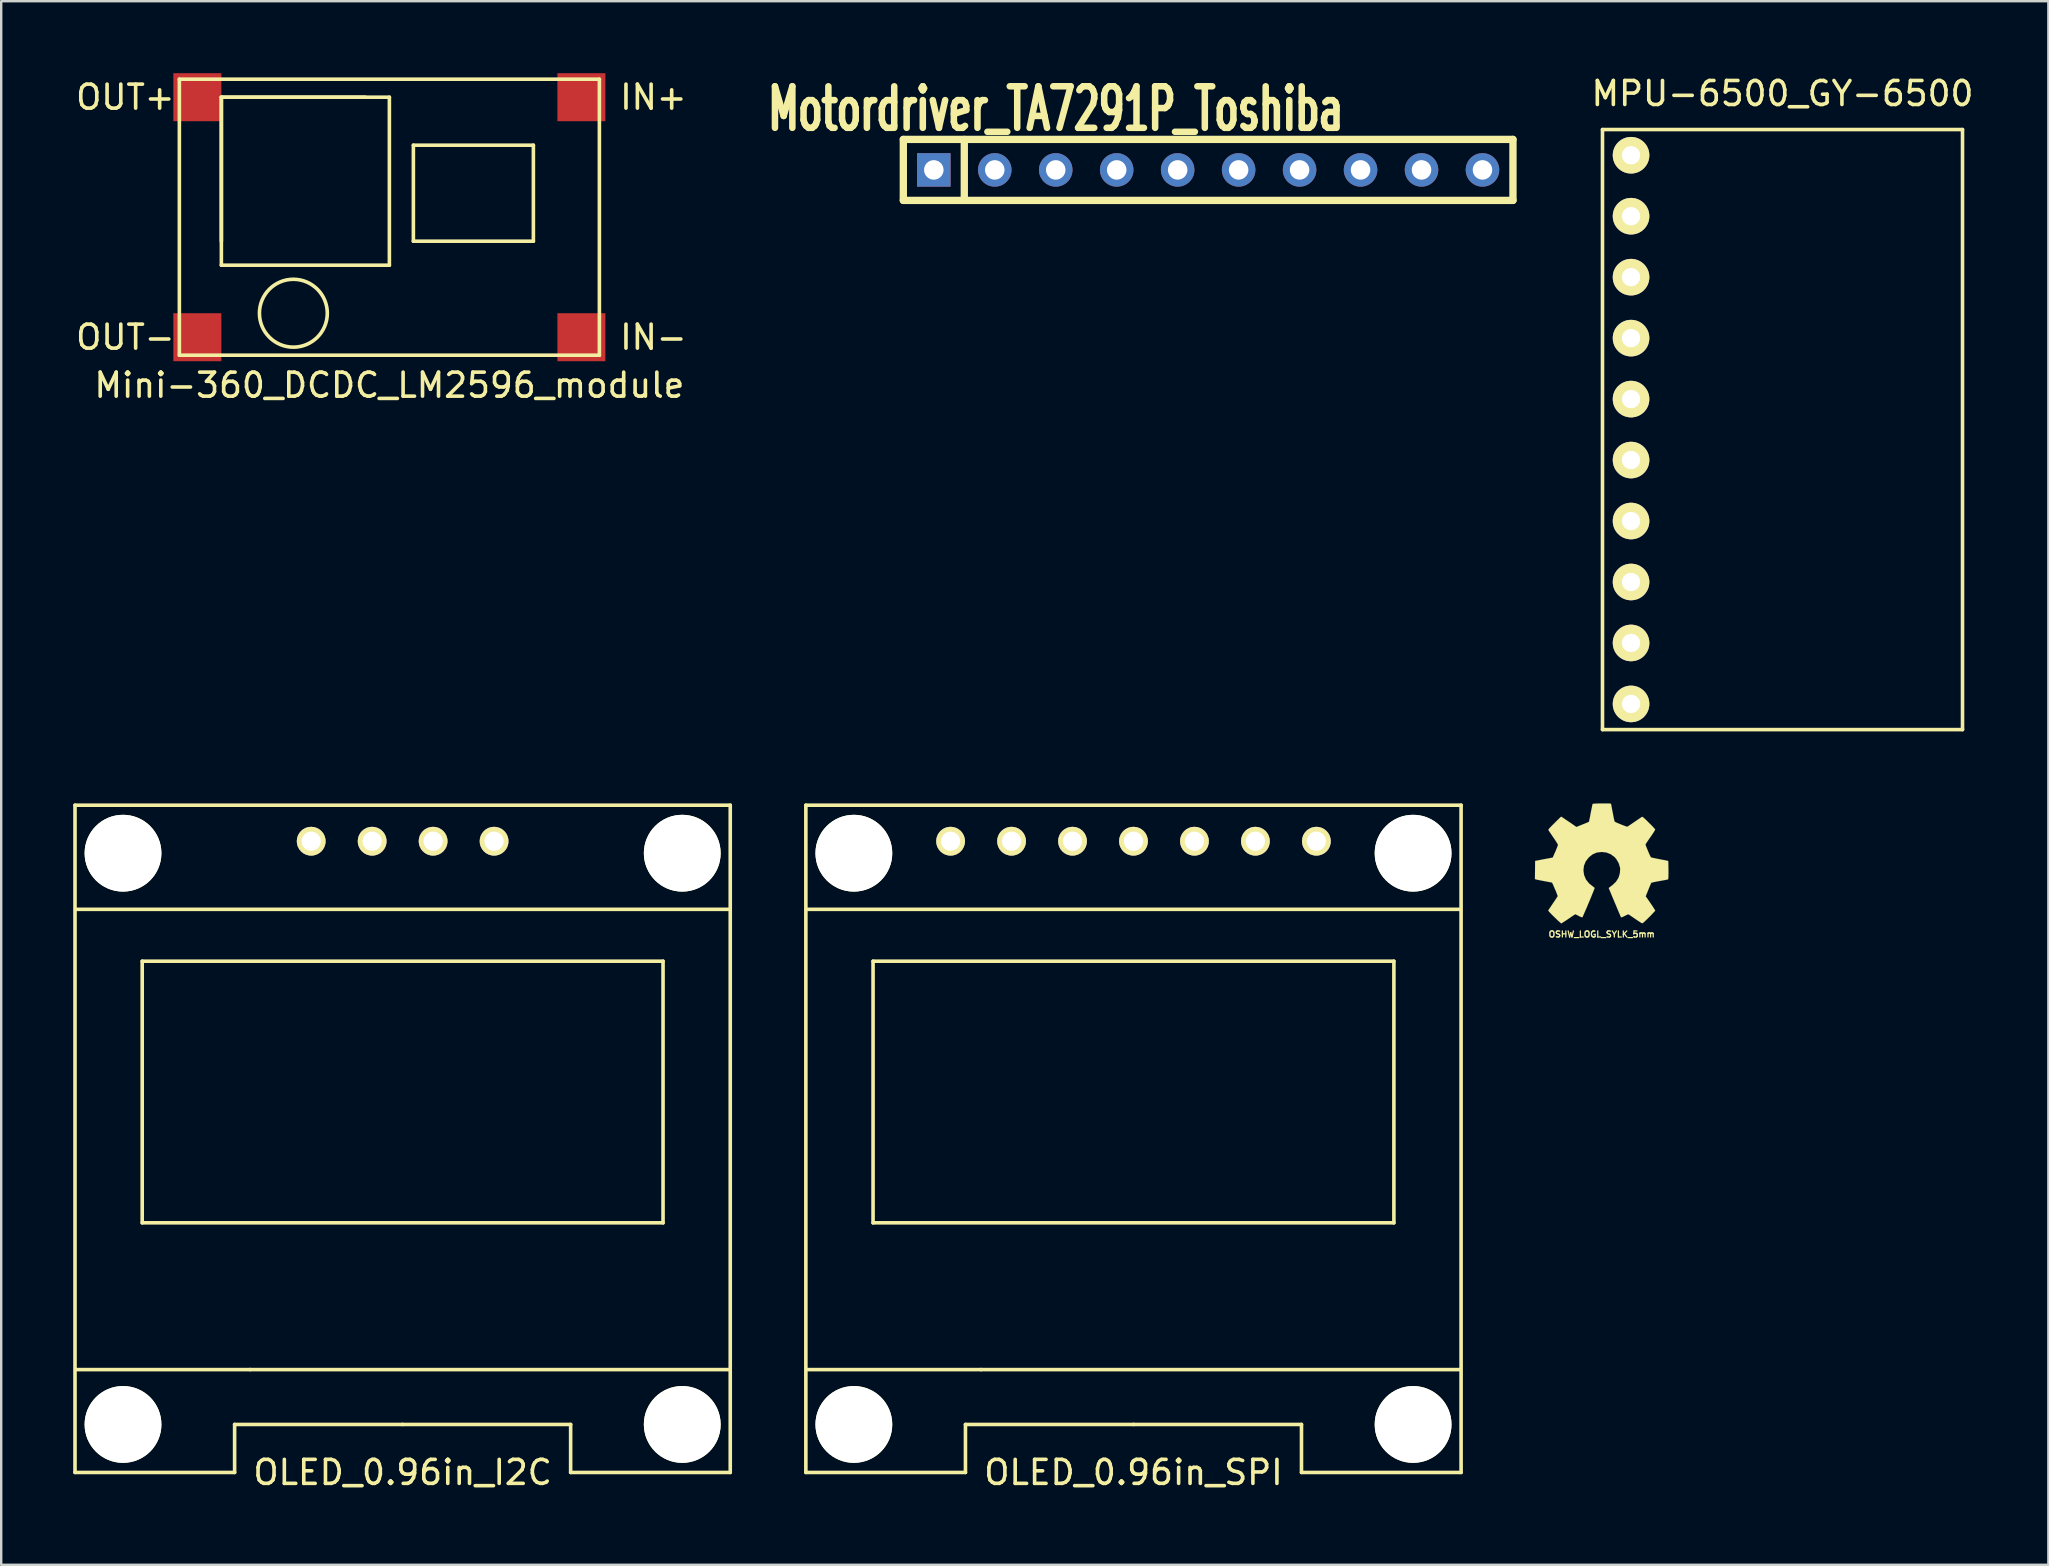
<source format=kicad_pcb>
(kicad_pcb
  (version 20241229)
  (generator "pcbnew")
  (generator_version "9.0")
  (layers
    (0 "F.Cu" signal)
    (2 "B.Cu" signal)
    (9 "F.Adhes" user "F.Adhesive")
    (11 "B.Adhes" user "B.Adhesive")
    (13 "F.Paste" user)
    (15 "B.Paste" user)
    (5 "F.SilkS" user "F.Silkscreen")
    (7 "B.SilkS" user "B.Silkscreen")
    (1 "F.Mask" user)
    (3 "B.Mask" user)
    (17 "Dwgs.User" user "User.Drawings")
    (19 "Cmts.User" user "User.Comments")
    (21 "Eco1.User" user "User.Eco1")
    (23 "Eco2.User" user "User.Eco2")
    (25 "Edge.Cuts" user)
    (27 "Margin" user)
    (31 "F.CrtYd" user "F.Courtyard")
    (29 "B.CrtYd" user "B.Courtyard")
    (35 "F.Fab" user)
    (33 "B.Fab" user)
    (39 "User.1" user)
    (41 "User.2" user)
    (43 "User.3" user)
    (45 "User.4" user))
  (footprint "OSHW_LOGL_SYLK_5mm"
    (layer "F.Cu")
    (at 63.683 32.924)
    (property "Reference" "OSHW_LOGL_SYLK_5mm" (at 0 2.951 0) (layer "F.SilkS") (effects (font (size 0.254 0.254) (thickness 0.051))))
    (attr through_hole)
    (fp_poly (pts (xy -1.687 2.499) (xy -1.656 2.484) (xy -1.593 2.443) (xy -1.499 2.383) (xy -1.389 2.309) (xy -1.278 2.233) (xy -1.189 2.172) (xy -1.125 2.131) (xy -1.097 2.118) (xy -1.085 2.123) (xy -1.031 2.149) (xy -0.955 2.187) (xy -0.912 2.21) (xy -0.841 2.24) (xy -0.808 2.245) (xy -0.8 2.238) (xy -0.775 2.184) (xy -0.737 2.093) (xy -0.683 1.971) (xy -0.622 1.831) (xy -0.559 1.679) (xy -0.493 1.524) (xy -0.432 1.374) (xy -0.378 1.242) (xy -0.335 1.133) (xy -0.305 1.059) (xy -0.295 1.026) (xy -0.297 1.019) (xy -0.333 0.986) (xy -0.394 0.94) (xy -0.526 0.833) (xy -0.655 0.671) (xy -0.734 0.485) (xy -0.762 0.282) (xy -0.739 0.091) (xy -0.663 -0.091) (xy -0.536 -0.254) (xy -0.384 -0.376) (xy -0.203 -0.455) (xy 0 -0.478) (xy 0.193 -0.457) (xy 0.378 -0.384) (xy 0.544 -0.259) (xy 0.612 -0.178) (xy 0.709 -0.013) (xy 0.762 0.165) (xy 0.77 0.211) (xy 0.759 0.406) (xy 0.704 0.592) (xy 0.599 0.759) (xy 0.457 0.897) (xy 0.439 0.912) (xy 0.371 0.96) (xy 0.328 0.996) (xy 0.292 1.024) (xy 0.541 1.623) (xy 0.582 1.717) (xy 0.65 1.882) (xy 0.709 2.022) (xy 0.757 2.134) (xy 0.79 2.21) (xy 0.805 2.24) (xy 0.808 2.24) (xy 0.828 2.245) (xy 0.874 2.228) (xy 0.958 2.187) (xy 1.013 2.159) (xy 1.077 2.129) (xy 1.105 2.118) (xy 1.13 2.131) (xy 1.191 2.169) (xy 1.28 2.23) (xy 1.387 2.304) (xy 1.488 2.372) (xy 1.582 2.433) (xy 1.651 2.477) (xy 1.684 2.494) (xy 1.689 2.494) (xy 1.72 2.479) (xy 1.773 2.433) (xy 1.854 2.357) (xy 1.971 2.243) (xy 1.989 2.225) (xy 2.083 2.129) (xy 2.159 2.047) (xy 2.212 1.991) (xy 2.23 1.963) (xy 2.212 1.93) (xy 2.169 1.864) (xy 2.108 1.768) (xy 2.032 1.656) (xy 1.834 1.369) (xy 1.943 1.097) (xy 1.976 1.013) (xy 2.019 0.912) (xy 2.05 0.841) (xy 2.065 0.808) (xy 2.095 0.798) (xy 2.169 0.78) (xy 2.278 0.757) (xy 2.408 0.734) (xy 2.53 0.711) (xy 2.639 0.691) (xy 2.72 0.676) (xy 2.756 0.668) (xy 2.766 0.663) (xy 2.771 0.645) (xy 2.776 0.607) (xy 2.779 0.541) (xy 2.781 0.434) (xy 2.781 0.282) (xy 2.781 0.264) (xy 2.779 0.117) (xy 2.776 0.003) (xy 2.774 -0.074) (xy 2.769 -0.104) (xy 2.733 -0.112) (xy 2.654 -0.13) (xy 2.545 -0.15) (xy 2.413 -0.175) (xy 2.403 -0.178) (xy 2.273 -0.203) (xy 2.162 -0.226) (xy 2.085 -0.244) (xy 2.052 -0.254) (xy 2.045 -0.264) (xy 2.019 -0.315) (xy 1.981 -0.396) (xy 1.938 -0.495) (xy 1.895 -0.599) (xy 1.857 -0.691) (xy 1.831 -0.762) (xy 1.824 -0.792) (xy 1.826 -0.792) (xy 1.844 -0.826) (xy 1.89 -0.894) (xy 1.953 -0.988) (xy 2.032 -1.1) (xy 2.037 -1.107) (xy 2.113 -1.219) (xy 2.174 -1.313) (xy 2.215 -1.382) (xy 2.23 -1.412) (xy 2.205 -1.445) (xy 2.149 -1.509) (xy 2.068 -1.595) (xy 1.968 -1.692) (xy 1.938 -1.722) (xy 1.831 -1.829) (xy 1.755 -1.897) (xy 1.709 -1.935) (xy 1.687 -1.943) (xy 1.684 -1.943) (xy 1.651 -1.923) (xy 1.582 -1.877) (xy 1.486 -1.811) (xy 1.374 -1.735) (xy 1.367 -1.73) (xy 1.255 -1.654) (xy 1.161 -1.59) (xy 1.095 -1.547) (xy 1.067 -1.529) (xy 1.062 -1.529) (xy 1.016 -1.544) (xy 0.937 -1.572) (xy 0.841 -1.608) (xy 0.737 -1.651) (xy 0.645 -1.689) (xy 0.574 -1.722) (xy 0.541 -1.74) (xy 0.541 -1.742) (xy 0.528 -1.781) (xy 0.508 -1.864) (xy 0.485 -1.979) (xy 0.46 -2.116) (xy 0.455 -2.139) (xy 0.429 -2.271) (xy 0.409 -2.38) (xy 0.394 -2.456) (xy 0.386 -2.487) (xy 0.366 -2.492) (xy 0.302 -2.497) (xy 0.203 -2.499) (xy 0.084 -2.499) (xy -0.041 -2.499) (xy -0.165 -2.497) (xy -0.269 -2.492) (xy -0.345 -2.487) (xy -0.376 -2.482) (xy -0.376 -2.479) (xy -0.389 -2.438) (xy -0.406 -2.355) (xy -0.429 -2.24) (xy -0.457 -2.103) (xy -0.462 -2.078) (xy -0.485 -1.946) (xy -0.508 -1.839) (xy -0.523 -1.763) (xy -0.533 -1.735) (xy -0.544 -1.727) (xy -0.599 -1.704) (xy -0.688 -1.666) (xy -0.798 -1.623) (xy -1.052 -1.519) (xy -1.364 -1.735) (xy -1.394 -1.753) (xy -1.506 -1.829) (xy -1.598 -1.892) (xy -1.661 -1.933) (xy -1.689 -1.948) (xy -1.692 -1.946) (xy -1.722 -1.92) (xy -1.783 -1.862) (xy -1.869 -1.778) (xy -1.966 -1.681) (xy -2.04 -1.608) (xy -2.126 -1.521) (xy -2.179 -1.463) (xy -2.21 -1.425) (xy -2.22 -1.402) (xy -2.217 -1.387) (xy -2.197 -1.354) (xy -2.151 -1.285) (xy -2.088 -1.191) (xy -2.012 -1.079) (xy -1.948 -0.988) (xy -1.882 -0.884) (xy -1.836 -0.808) (xy -1.821 -0.772) (xy -1.826 -0.757) (xy -1.847 -0.696) (xy -1.885 -0.602) (xy -1.93 -0.493) (xy -2.04 -0.246) (xy -2.202 -0.213) (xy -2.301 -0.196) (xy -2.438 -0.17) (xy -2.568 -0.145) (xy -2.774 -0.104) (xy -2.781 0.648) (xy -2.751 0.663) (xy -2.72 0.671) (xy -2.644 0.688) (xy -2.535 0.709) (xy -2.408 0.734) (xy -2.299 0.754) (xy -2.187 0.775) (xy -2.108 0.79) (xy -2.073 0.798) (xy -2.065 0.808) (xy -2.037 0.861) (xy -1.999 0.947) (xy -1.956 1.049) (xy -1.91 1.153) (xy -1.872 1.252) (xy -1.844 1.326) (xy -1.834 1.364) (xy -1.849 1.392) (xy -1.892 1.458) (xy -1.953 1.549) (xy -2.027 1.659) (xy -2.101 1.768) (xy -2.164 1.862) (xy -2.207 1.928) (xy -2.228 1.958) (xy -2.217 1.981) (xy -2.174 2.032) (xy -2.09 2.118) (xy -1.968 2.24) (xy -1.948 2.258) (xy -1.852 2.352) (xy -1.768 2.428) (xy -1.712 2.479) (xy -1.687 2.499)) (stroke (width 0.003) (type solid)) (fill yes) (layer "F.SilkS")))
  (footprint "Mini-360_DCDC_LM2596_module"
    (layer "F.Cu")
    (at 13.173 6)
    (property "Reference" "Mini-360_DCDC_LM2596_module" (at 0 7 0) (layer "F.SilkS") (effects (font (size 1 1) (thickness 0.15))))
    (attr through_hole)
    (fp_line (start -8.75 -5.75) (end 8.75 -5.75) (stroke (width 0.15) (type solid)) (layer "F.SilkS"))
    (fp_line (start -8.75 5.75) (end -8.75 -5.75) (stroke (width 0.15) (type solid)) (layer "F.SilkS"))
    (fp_line (start -7 -5) (end -7 1) (stroke (width 0.15) (type solid)) (layer "F.SilkS"))
    (fp_line (start -7 -5) (end -7 2) (stroke (width 0.15) (type solid)) (layer "F.SilkS"))
    (fp_line (start -7 2) (end 0 2) (stroke (width 0.15) (type solid)) (layer "F.SilkS"))
    (fp_line (start -1 -5) (end -7 -5) (stroke (width 0.15) (type solid)) (layer "F.SilkS"))
    (fp_line (start 0 -5) (end -7 -5) (stroke (width 0.15) (type solid)) (layer "F.SilkS"))
    (fp_line (start 0 2) (end 0 -5) (stroke (width 0.15) (type solid)) (layer "F.SilkS"))
    (fp_line (start 1 -3) (end 1 1) (stroke (width 0.15) (type solid)) (layer "F.SilkS"))
    (fp_line (start 1 1) (end 6 1) (stroke (width 0.15) (type solid)) (layer "F.SilkS"))
    (fp_line (start 6 -3) (end 1 -3) (stroke (width 0.15) (type solid)) (layer "F.SilkS"))
    (fp_line (start 6 1) (end 6 -3) (stroke (width 0.15) (type solid)) (layer "F.SilkS"))
    (fp_line (start 8.75 -5.75) (end 8.75 5.75) (stroke (width 0.15) (type solid)) (layer "F.SilkS"))
    (fp_line (start 8.75 5.75) (end -8.75 5.75) (stroke (width 0.15) (type solid)) (layer "F.SilkS"))
    (fp_circle (center -4 4) (end -3 5) (stroke (width 0.15) (type solid)) (fill no) (layer "F.SilkS"))
    (fp_text user "IN+" (at 11 -5 0) (layer "F.SilkS") (effects (font (size 1 1) (thickness 0.15))))
    (fp_text user "IN-" (at 11 5 0) (layer "F.SilkS") (effects (font (size 1 1) (thickness 0.15))))
    (fp_text user "OUT+" (at -11 -5 0) (layer "F.SilkS") (effects (font (size 1 1) (thickness 0.15))))
    (fp_text user "OUT-" (at -11 5 0) (layer "F.SilkS") (effects (font (size 1 1) (thickness 0.15))))
    (pad "1" smd rect (at 8 -5) (size 2 2) (layers "F.Cu" "F.Mask" "F.Paste"))
    (pad "2" smd rect (at -8 5) (size 2 2) (layers "F.Cu" "F.Mask" "F.Paste"))
    (pad "2" smd rect (at 8 5) (size 2 2) (layers "F.Cu" "F.Mask" "F.Paste"))
    (pad "3" smd rect (at -8 -5) (size 2 2) (layers "F.Cu" "F.Mask" "F.Paste")))
  (footprint "Motordriver_TA7291P_Toshiba"
    (layer "F.Cu")
    (at 47.286 4.029)
    (property "Reference" "Motordriver_TA7291P_Toshiba" (at -6.35 -2.54 0) (layer "F.SilkS") (effects (font (size 1.73 1.087) (thickness 0.272))))
    (attr through_hole)
    (fp_line (start -12.7 -1.27) (end 12.7 -1.27) (stroke (width 0.305) (type solid)) (layer "F.SilkS"))
    (fp_line (start -12.7 1.27) (end -12.7 -1.27) (stroke (width 0.305) (type solid)) (layer "F.SilkS"))
    (fp_line (start -10.16 1.27) (end -10.16 -1.27) (stroke (width 0.305) (type solid)) (layer "F.SilkS"))
    (fp_line (start 12.7 -1.27) (end 12.7 1.27) (stroke (width 0.305) (type solid)) (layer "F.SilkS"))
    (fp_line (start 12.7 1.27) (end -12.7 1.27) (stroke (width 0.305) (type solid)) (layer "F.SilkS"))
    (pad "1" thru_hole rect (at -11.43 0) (size 1.397 1.397) (drill 0.813) (layers "*.Cu" "*.Mask"))
    (pad "2" thru_hole circle (at -8.89 0) (size 1.397 1.397) (drill 0.813) (layers "*.Cu" "*.Mask"))
    (pad "3" thru_hole circle (at -6.35 0) (size 1.397 1.397) (drill 0.813) (layers "*.Cu" "*.Mask"))
    (pad "4" thru_hole circle (at -3.81 0) (size 1.397 1.397) (drill 0.813) (layers "*.Cu" "*.Mask"))
    (pad "5" thru_hole circle (at -1.27 0) (size 1.397 1.397) (drill 0.813) (layers "*.Cu" "*.Mask"))
    (pad "6" thru_hole circle (at 1.27 0) (size 1.397 1.397) (drill 0.813) (layers "*.Cu" "*.Mask"))
    (pad "7" thru_hole circle (at 3.81 0) (size 1.397 1.397) (drill 0.813) (layers "*.Cu" "*.Mask"))
    (pad "8" thru_hole circle (at 6.35 0) (size 1.397 1.397) (drill 0.813) (layers "*.Cu" "*.Mask"))
    (pad "9" thru_hole circle (at 8.89 0) (size 1.397 1.397) (drill 0.813) (layers "*.Cu" "*.Mask"))
    (pad "10" thru_hole circle (at 11.43 0) (size 1.397 1.397) (drill 0.813) (layers "*.Cu" "*.Mask")))
  (footprint "MPU-6500_GY-6500"
    (layer "F.Cu")
    (at 71.216 14.848)
    (property "Reference" "MPU-6500_GY-6500" (at 0 -14 0) (layer "F.SilkS") (effects (font (size 1 1) (thickness 0.15))))
    (attr through_hole)
    (fp_line (start -7.5 -12.5) (end 7.5 -12.5) (stroke (width 0.15) (type solid)) (layer "F.SilkS"))
    (fp_line (start -7.5 12.5) (end -7.5 -12.5) (stroke (width 0.15) (type solid)) (layer "F.SilkS"))
    (fp_line (start 7.5 -12.5) (end 7.5 12.5) (stroke (width 0.15) (type solid)) (layer "F.SilkS"))
    (fp_line (start 7.5 12.5) (end -7.5 12.5) (stroke (width 0.15) (type solid)) (layer "F.SilkS"))
    (pad "1" thru_hole circle (at -6.31 -11.43) (size 1.524 1.524) (drill 0.762) (layers "*.Cu" "*.Mask" "F.SilkS"))
    (pad "2" thru_hole circle (at -6.31 -8.89) (size 1.524 1.524) (drill 0.762) (layers "*.Cu" "*.Mask" "F.SilkS"))
    (pad "3" thru_hole circle (at -6.31 -6.35) (size 1.524 1.524) (drill 0.762) (layers "*.Cu" "*.Mask" "F.SilkS"))
    (pad "4" thru_hole circle (at -6.31 -3.81) (size 1.524 1.524) (drill 0.762) (layers "*.Cu" "*.Mask" "F.SilkS"))
    (pad "5" thru_hole circle (at -6.31 -1.27) (size 1.524 1.524) (drill 0.762) (layers "*.Cu" "*.Mask" "F.SilkS"))
    (pad "6" thru_hole circle (at -6.31 1.27) (size 1.524 1.524) (drill 0.762) (layers "*.Cu" "*.Mask" "F.SilkS"))
    (pad "7" thru_hole circle (at -6.31 3.81) (size 1.524 1.524) (drill 0.762) (layers "*.Cu" "*.Mask" "F.SilkS"))
    (pad "8" thru_hole circle (at -6.31 6.35) (size 1.524 1.524) (drill 0.762) (layers "*.Cu" "*.Mask" "F.SilkS"))
    (pad "9" thru_hole circle (at -6.31 8.89) (size 1.524 1.524) (drill 0.762) (layers "*.Cu" "*.Mask" "F.SilkS"))
    (pad "10" thru_hole circle (at -6.31 11.43) (size 1.524 1.524) (drill 0.762) (layers "*.Cu" "*.Mask" "F.SilkS")))
  (footprint "OLED_0.96in_SPI"
    (layer "F.Cu")
    (at 44.175 56.298)
    (property "Reference" "OLED_0.96in_SPI" (at 0 2 0) (layer "F.SilkS") (effects (font (size 1 1) (thickness 0.15))))
    (attr through_hole)
    (fp_line (start -13.65 -25.8) (end 13.65 -25.8) (stroke (width 0.15) (type solid)) (layer "F.SilkS"))
    (fp_line (start -13.65 2) (end -13.65 -25.8) (stroke (width 0.15) (type solid)) (layer "F.SilkS"))
    (fp_line (start -13.589 -21.463) (end 13.589 -21.463) (stroke (width 0.15) (type solid)) (layer "F.SilkS"))
    (fp_line (start -10.85 -19.3) (end 10.85 -19.3) (stroke (width 0.15) (type solid)) (layer "F.SilkS"))
    (fp_line (start -10.85 -8.4) (end -10.85 -19.3) (stroke (width 0.15) (type solid)) (layer "F.SilkS"))
    (fp_line (start -7 0) (end -7 2) (stroke (width 0.15) (type solid)) (layer "F.SilkS"))
    (fp_line (start -7 2) (end -13.65 2) (stroke (width 0.15) (type solid)) (layer "F.SilkS"))
    (fp_line (start -6.35 -2.286) (end -13.589 -2.286) (stroke (width 0.15) (type solid)) (layer "F.SilkS"))
    (fp_line (start -6.35 -2.286) (end 13.589 -2.286) (stroke (width 0.15) (type solid)) (layer "F.SilkS"))
    (fp_line (start 0 0) (end -7 0) (stroke (width 0.15) (type solid)) (layer "F.SilkS"))
    (fp_line (start 0 0) (end 7 0) (stroke (width 0.15) (type solid)) (layer "F.SilkS"))
    (fp_line (start 7 0) (end 7 2) (stroke (width 0.15) (type solid)) (layer "F.SilkS"))
    (fp_line (start 10.85 -19.3) (end 10.85 -8.4) (stroke (width 0.15) (type solid)) (layer "F.SilkS"))
    (fp_line (start 10.85 -8.4) (end -10.85 -8.4) (stroke (width 0.15) (type solid)) (layer "F.SilkS"))
    (fp_line (start 13.65 -25.8) (end 13.65 2) (stroke (width 0.15) (type solid)) (layer "F.SilkS"))
    (fp_line (start 13.65 2) (end 7 2) (stroke (width 0.15) (type solid)) (layer "F.SilkS"))
    (pad "" np_thru_hole circle (at -11.65 -23.8) (size 3.2 3.2) (drill 3.2) (layers "*.Cu" "*.Mask" "F.SilkS"))
    (pad "" np_thru_hole circle (at -11.65 0) (size 3.2 3.2) (drill 3.2) (layers "*.Cu" "*.Mask" "F.SilkS"))
    (pad "" np_thru_hole circle (at 11.65 -23.8) (size 3.2 3.2) (drill 3.2) (layers "*.Cu" "*.Mask" "F.SilkS"))
    (pad "" np_thru_hole circle (at 11.65 0) (size 3.2 3.2) (drill 3.2) (layers "*.Cu" "*.Mask" "F.SilkS"))
    (pad "1" thru_hole circle (at -7.62 -24.3) (size 1.2 1.2) (drill 0.8) (layers "*.Cu" "*.Mask" "F.SilkS"))
    (pad "2" thru_hole circle (at -5.08 -24.3) (size 1.2 1.2) (drill 0.8) (layers "*.Cu" "*.Mask" "F.SilkS"))
    (pad "3" thru_hole circle (at -2.54 -24.3) (size 1.2 1.2) (drill 0.8) (layers "*.Cu" "*.Mask" "F.SilkS"))
    (pad "4" thru_hole circle (at 0 -24.3) (size 1.2 1.2) (drill 0.8) (layers "*.Cu" "*.Mask" "F.SilkS"))
    (pad "5" thru_hole circle (at 2.54 -24.3) (size 1.2 1.2) (drill 0.8) (layers "*.Cu" "*.Mask" "F.SilkS"))
    (pad "6" thru_hole circle (at 5.08 -24.3) (size 1.2 1.2) (drill 0.8) (layers "*.Cu" "*.Mask" "F.SilkS"))
    (pad "7" thru_hole circle (at 7.62 -24.3) (size 1.2 1.2) (drill 0.8) (layers "*.Cu" "*.Mask" "F.SilkS")))
  (footprint "OLED_0.96in_I2C"
    (layer "F.Cu")
    (at 13.725 56.298)
    (property "Reference" "OLED_0.96in_I2C" (at 0 2 0) (layer "F.SilkS") (effects (font (size 1 1) (thickness 0.15))))
    (attr through_hole)
    (fp_line (start -13.65 -25.8) (end 13.65 -25.8) (stroke (width 0.15) (type solid)) (layer "F.SilkS"))
    (fp_line (start -13.65 2) (end -13.65 -25.8) (stroke (width 0.15) (type solid)) (layer "F.SilkS"))
    (fp_line (start -13.589 -21.463) (end 13.589 -21.463) (stroke (width 0.15) (type solid)) (layer "F.SilkS"))
    (fp_line (start -10.85 -19.3) (end 10.85 -19.3) (stroke (width 0.15) (type solid)) (layer "F.SilkS"))
    (fp_line (start -10.85 -8.4) (end -10.85 -19.3) (stroke (width 0.15) (type solid)) (layer "F.SilkS"))
    (fp_line (start -7 0) (end -7 2) (stroke (width 0.15) (type solid)) (layer "F.SilkS"))
    (fp_line (start -7 2) (end -13.65 2) (stroke (width 0.15) (type solid)) (layer "F.SilkS"))
    (fp_line (start -6.35 -2.286) (end -13.589 -2.286) (stroke (width 0.15) (type solid)) (layer "F.SilkS"))
    (fp_line (start -6.35 -2.286) (end 13.589 -2.286) (stroke (width 0.15) (type solid)) (layer "F.SilkS"))
    (fp_line (start 0 0) (end -7 0) (stroke (width 0.15) (type solid)) (layer "F.SilkS"))
    (fp_line (start 0 0) (end 7 0) (stroke (width 0.15) (type solid)) (layer "F.SilkS"))
    (fp_line (start 7 0) (end 7 2) (stroke (width 0.15) (type solid)) (layer "F.SilkS"))
    (fp_line (start 10.85 -19.3) (end 10.85 -8.4) (stroke (width 0.15) (type solid)) (layer "F.SilkS"))
    (fp_line (start 10.85 -8.4) (end -10.85 -8.4) (stroke (width 0.15) (type solid)) (layer "F.SilkS"))
    (fp_line (start 13.65 -25.8) (end 13.65 2) (stroke (width 0.15) (type solid)) (layer "F.SilkS"))
    (fp_line (start 13.65 2) (end 7 2) (stroke (width 0.15) (type solid)) (layer "F.SilkS"))
    (pad "" np_thru_hole circle (at -11.65 -23.8) (size 3.2 3.2) (drill 3.2) (layers "*.Cu" "*.Mask" "F.SilkS"))
    (pad "" np_thru_hole circle (at -11.65 0) (size 3.2 3.2) (drill 3.2) (layers "*.Cu" "*.Mask" "F.SilkS"))
    (pad "" np_thru_hole circle (at 11.65 -23.8) (size 3.2 3.2) (drill 3.2) (layers "*.Cu" "*.Mask" "F.SilkS"))
    (pad "" np_thru_hole circle (at 11.65 0) (size 3.2 3.2) (drill 3.2) (layers "*.Cu" "*.Mask" "F.SilkS"))
    (pad "1" thru_hole circle (at -3.81 -24.3) (size 1.2 1.2) (drill 0.8) (layers "*.Cu" "*.Mask" "F.SilkS"))
    (pad "2" thru_hole circle (at -1.27 -24.3) (size 1.2 1.2) (drill 0.8) (layers "*.Cu" "*.Mask" "F.SilkS"))
    (pad "3" thru_hole circle (at 1.27 -24.3) (size 1.2 1.2) (drill 0.8) (layers "*.Cu" "*.Mask" "F.SilkS"))
    (pad "4" thru_hole circle (at 3.81 -24.3) (size 1.2 1.2) (drill 0.8) (layers "*.Cu" "*.Mask" "F.SilkS")))
  (gr_rect
    (start -3 -3)
    (end 82.293 62.147)
    (stroke (width 0.1) (type default))
    (fill no)
    (layer "Edge.Cuts")))
</source>
